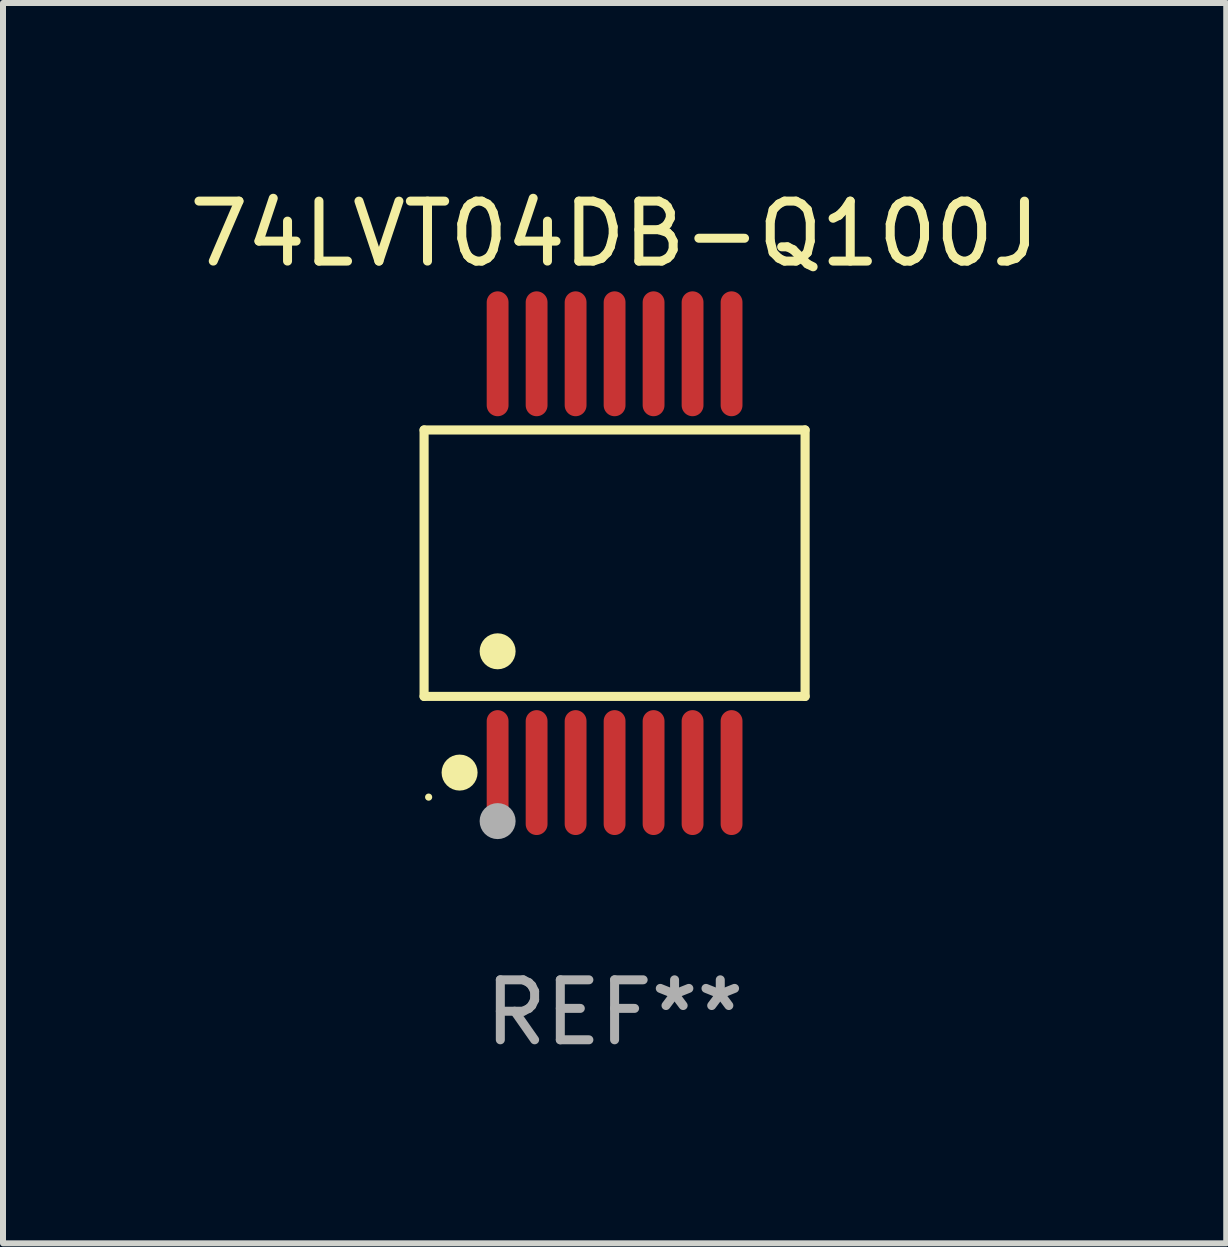
<source format=kicad_pcb>
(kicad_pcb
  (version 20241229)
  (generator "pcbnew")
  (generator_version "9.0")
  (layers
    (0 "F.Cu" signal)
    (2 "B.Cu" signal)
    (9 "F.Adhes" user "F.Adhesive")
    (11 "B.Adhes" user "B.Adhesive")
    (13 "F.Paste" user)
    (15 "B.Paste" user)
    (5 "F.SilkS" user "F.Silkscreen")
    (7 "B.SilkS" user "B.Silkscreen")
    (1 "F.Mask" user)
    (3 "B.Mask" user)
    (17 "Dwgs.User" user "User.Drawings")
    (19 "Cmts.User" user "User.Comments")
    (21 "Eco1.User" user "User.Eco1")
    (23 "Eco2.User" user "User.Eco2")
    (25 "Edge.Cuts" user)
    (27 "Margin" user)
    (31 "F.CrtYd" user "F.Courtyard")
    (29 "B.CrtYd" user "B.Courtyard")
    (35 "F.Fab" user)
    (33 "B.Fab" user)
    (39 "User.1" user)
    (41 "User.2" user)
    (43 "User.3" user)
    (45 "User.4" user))
  (footprint "74LVT04DB-Q100J"
    (layer "F.Cu")
    (at 7.196 6.339)
    (property "Reference" "74LVT04DB-Q100J" (at 0 -5.491 0) (layer "F.SilkS") (effects (font (size 1 1) (thickness 0.15))))
    (attr through_hole)
    (fp_line (start -3.176 -2.221) (end 3.176 -2.221) (stroke (width 0.152) (type solid)) (layer "F.SilkS"))
    (fp_line (start -3.176 2.221) (end -3.176 -2.221) (stroke (width 0.152) (type solid)) (layer "F.SilkS"))
    (fp_line (start 3.176 -2.221) (end 3.176 2.221) (stroke (width 0.152) (type solid)) (layer "F.SilkS"))
    (fp_line (start 3.176 2.221) (end -3.176 2.221) (stroke (width 0.152) (type solid)) (layer "F.SilkS"))
    (fp_circle (center -3.1 3.9) (end -3.07 3.9) (stroke (width 0.06) (type solid)) (fill no) (layer "F.SilkS"))
    (fp_circle (center -2.584 3.491) (end -2.434 3.491) (stroke (width 0.3) (type solid)) (fill no) (layer "F.SilkS"))
    (fp_circle (center -1.95 1.469) (end -1.8 1.469) (stroke (width 0.3) (type solid)) (fill no) (layer "F.SilkS"))
    (fp_circle (center -1.95 4.3) (end -1.8 4.3) (stroke (width 0.3) (type solid)) (fill no) (layer "F.Fab"))
    (fp_text user "REF**" (at 0 7.491 0) (layer "F.Fab") (effects (font (size 1 1) (thickness 0.15))))
    (pad "1" smd oval (at -1.95 3.491) (size 0.364 2.082) (layers "F.Cu" "F.Mask" "F.Paste"))
    (pad "2" smd oval (at -1.3 3.491) (size 0.364 2.082) (layers "F.Cu" "F.Mask" "F.Paste"))
    (pad "3" smd oval (at -0.65 3.491) (size 0.364 2.082) (layers "F.Cu" "F.Mask" "F.Paste"))
    (pad "4" smd oval (at 0 3.491) (size 0.364 2.082) (layers "F.Cu" "F.Mask" "F.Paste"))
    (pad "5" smd oval (at 0.65 3.491) (size 0.364 2.082) (layers "F.Cu" "F.Mask" "F.Paste"))
    (pad "6" smd oval (at 1.3 3.491) (size 0.364 2.082) (layers "F.Cu" "F.Mask" "F.Paste"))
    (pad "7" smd oval (at 1.95 3.491) (size 0.364 2.082) (layers "F.Cu" "F.Mask" "F.Paste"))
    (pad "8" smd oval (at 1.95 -3.491) (size 0.364 2.082) (layers "F.Cu" "F.Mask" "F.Paste"))
    (pad "9" smd oval (at 1.3 -3.491) (size 0.364 2.082) (layers "F.Cu" "F.Mask" "F.Paste"))
    (pad "10" smd oval (at 0.65 -3.491) (size 0.364 2.082) (layers "F.Cu" "F.Mask" "F.Paste"))
    (pad "11" smd oval (at 0 -3.491) (size 0.364 2.082) (layers "F.Cu" "F.Mask" "F.Paste"))
    (pad "12" smd oval (at -0.65 -3.491) (size 0.364 2.082) (layers "F.Cu" "F.Mask" "F.Paste"))
    (pad "13" smd oval (at -1.3 -3.491) (size 0.364 2.082) (layers "F.Cu" "F.Mask" "F.Paste"))
    (pad "14" smd oval (at -1.95 -3.491) (size 0.364 2.082) (layers "F.Cu" "F.Mask" "F.Paste")))
  (gr_rect
    (start -3 -3)
    (end 17.393 17.678)
    (stroke (width 0.1) (type default))
    (fill no)
    (layer "Edge.Cuts")))
</source>
